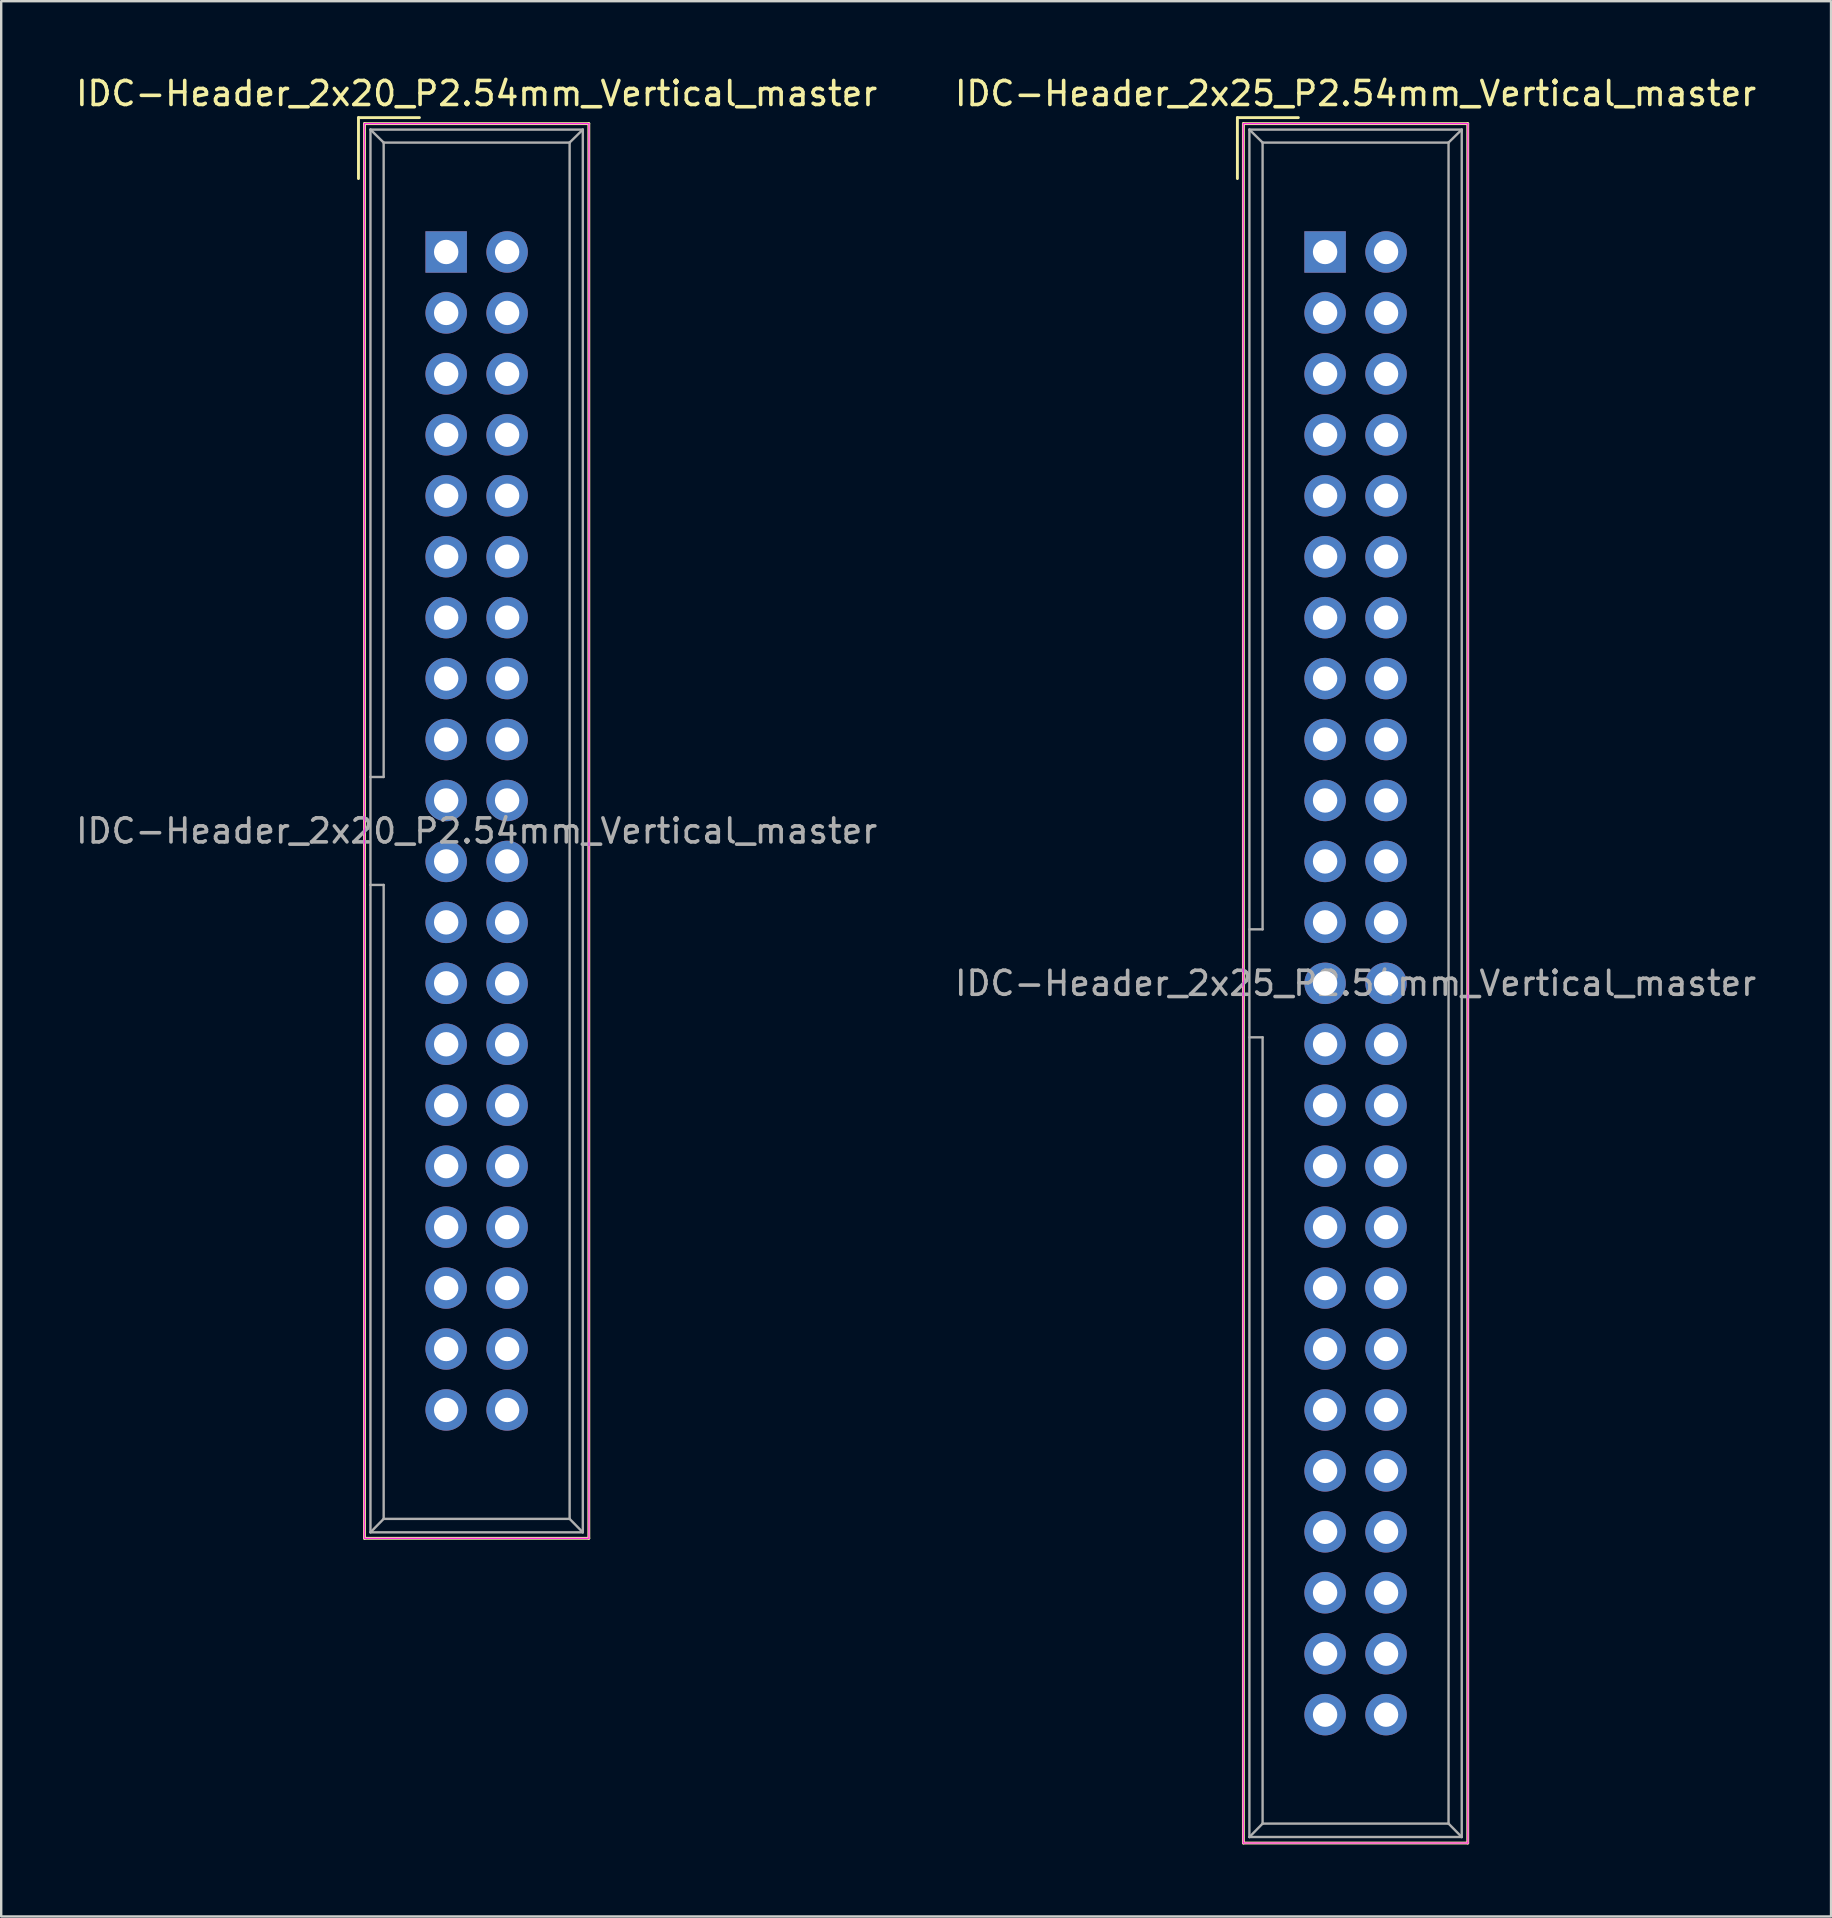
<source format=kicad_pcb>
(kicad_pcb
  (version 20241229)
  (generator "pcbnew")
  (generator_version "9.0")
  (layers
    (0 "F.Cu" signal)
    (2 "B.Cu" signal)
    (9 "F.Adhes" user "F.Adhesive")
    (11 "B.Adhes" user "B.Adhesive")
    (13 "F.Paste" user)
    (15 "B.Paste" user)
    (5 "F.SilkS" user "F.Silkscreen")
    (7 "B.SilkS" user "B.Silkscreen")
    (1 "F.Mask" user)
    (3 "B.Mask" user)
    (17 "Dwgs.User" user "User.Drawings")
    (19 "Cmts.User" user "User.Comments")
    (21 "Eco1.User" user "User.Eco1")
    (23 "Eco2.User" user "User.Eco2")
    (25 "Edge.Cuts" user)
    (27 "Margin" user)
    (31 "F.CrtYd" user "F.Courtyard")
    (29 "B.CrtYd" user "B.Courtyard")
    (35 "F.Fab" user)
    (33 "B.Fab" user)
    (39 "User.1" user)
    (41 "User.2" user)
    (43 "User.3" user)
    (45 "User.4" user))
  (footprint "IDC-Header_2x25_P2.54mm_Vertical_master"
    (layer "F.Cu")
    (at 52.176 7.452)
    (property "Reference" "IDC-Header_2x25_P2.54mm_Vertical_master" (at 1.27 -6.604 0) (layer "F.SilkS") (effects (font (size 1 1) (thickness 0.15))))
    (attr through_hole)
    (fp_line (start -3.655 -5.6) (end -3.655 -3.06) (stroke (width 0.12) (type solid)) (layer "F.SilkS"))
    (fp_line (start -3.655 -5.6) (end -1.115 -5.6) (stroke (width 0.12) (type solid)) (layer "F.SilkS"))
    (fp_line (start -3.405 -5.35) (end 5.945 -5.35) (stroke (width 0.12) (type solid)) (layer "F.SilkS"))
    (fp_line (start -3.405 66.31) (end -3.405 -5.35) (stroke (width 0.12) (type solid)) (layer "F.SilkS"))
    (fp_line (start 5.945 -5.35) (end 5.945 66.31) (stroke (width 0.12) (type solid)) (layer "F.SilkS"))
    (fp_line (start 5.945 66.31) (end -3.405 66.31) (stroke (width 0.12) (type solid)) (layer "F.SilkS"))
    (fp_line (start -3.41 -5.35) (end 5.95 -5.35) (stroke (width 0.05) (type solid)) (layer "F.CrtYd"))
    (fp_line (start -3.41 66.31) (end -3.41 -5.35) (stroke (width 0.05) (type solid)) (layer "F.CrtYd"))
    (fp_line (start 5.95 -5.35) (end 5.95 66.31) (stroke (width 0.05) (type solid)) (layer "F.CrtYd"))
    (fp_line (start 5.95 66.31) (end -3.41 66.31) (stroke (width 0.05) (type solid)) (layer "F.CrtYd"))
    (fp_line (start -3.155 -5.1) (end -3.155 66.06) (stroke (width 0.1) (type solid)) (layer "F.Fab"))
    (fp_line (start -3.155 -5.1) (end -2.605 -4.56) (stroke (width 0.1) (type solid)) (layer "F.Fab"))
    (fp_line (start -3.155 66.06) (end -2.605 65.5) (stroke (width 0.1) (type solid)) (layer "F.Fab"))
    (fp_line (start -2.605 -4.56) (end -2.605 28.23) (stroke (width 0.1) (type solid)) (layer "F.Fab"))
    (fp_line (start -2.605 28.23) (end -3.155 28.23) (stroke (width 0.1) (type solid)) (layer "F.Fab"))
    (fp_line (start -2.605 32.73) (end -3.155 32.73) (stroke (width 0.1) (type solid)) (layer "F.Fab"))
    (fp_line (start -2.605 32.73) (end -2.605 65.5) (stroke (width 0.1) (type solid)) (layer "F.Fab"))
    (fp_line (start 5.145 -4.56) (end -2.605 -4.56) (stroke (width 0.1) (type solid)) (layer "F.Fab"))
    (fp_line (start 5.145 -4.56) (end 5.145 65.5) (stroke (width 0.1) (type solid)) (layer "F.Fab"))
    (fp_line (start 5.145 65.5) (end -2.605 65.5) (stroke (width 0.1) (type solid)) (layer "F.Fab"))
    (fp_line (start 5.695 -5.1) (end -3.155 -5.1) (stroke (width 0.1) (type solid)) (layer "F.Fab"))
    (fp_line (start 5.695 -5.1) (end 5.145 -4.56) (stroke (width 0.1) (type solid)) (layer "F.Fab"))
    (fp_line (start 5.695 -5.1) (end 5.695 66.06) (stroke (width 0.1) (type solid)) (layer "F.Fab"))
    (fp_line (start 5.695 66.06) (end -3.155 66.06) (stroke (width 0.1) (type solid)) (layer "F.Fab"))
    (fp_line (start 5.695 66.06) (end 5.145 65.5) (stroke (width 0.1) (type solid)) (layer "F.Fab"))
    (fp_text user "${REFERENCE}" (at 1.27 30.48 0) (layer "F.Fab") (effects (font (size 1 1) (thickness 0.15))))
    (pad "1" thru_hole rect (at 0 0) (size 1.727 1.727) (drill 1.016) (layers "*.Cu" "*.Mask"))
    (pad "2" thru_hole oval (at 2.54 0) (size 1.727 1.727) (drill 1.016) (layers "*.Cu" "*.Mask"))
    (pad "3" thru_hole oval (at 0 2.54) (size 1.727 1.727) (drill 1.016) (layers "*.Cu" "*.Mask"))
    (pad "4" thru_hole oval (at 2.54 2.54) (size 1.727 1.727) (drill 1.016) (layers "*.Cu" "*.Mask"))
    (pad "5" thru_hole oval (at 0 5.08) (size 1.727 1.727) (drill 1.016) (layers "*.Cu" "*.Mask"))
    (pad "6" thru_hole oval (at 2.54 5.08) (size 1.727 1.727) (drill 1.016) (layers "*.Cu" "*.Mask"))
    (pad "7" thru_hole oval (at 0 7.62) (size 1.727 1.727) (drill 1.016) (layers "*.Cu" "*.Mask"))
    (pad "8" thru_hole oval (at 2.54 7.62) (size 1.727 1.727) (drill 1.016) (layers "*.Cu" "*.Mask"))
    (pad "9" thru_hole oval (at 0 10.16) (size 1.727 1.727) (drill 1.016) (layers "*.Cu" "*.Mask"))
    (pad "10" thru_hole oval (at 2.54 10.16) (size 1.727 1.727) (drill 1.016) (layers "*.Cu" "*.Mask"))
    (pad "11" thru_hole oval (at 0 12.7) (size 1.727 1.727) (drill 1.016) (layers "*.Cu" "*.Mask"))
    (pad "12" thru_hole oval (at 2.54 12.7) (size 1.727 1.727) (drill 1.016) (layers "*.Cu" "*.Mask"))
    (pad "13" thru_hole oval (at 0 15.24) (size 1.727 1.727) (drill 1.016) (layers "*.Cu" "*.Mask"))
    (pad "14" thru_hole oval (at 2.54 15.24) (size 1.727 1.727) (drill 1.016) (layers "*.Cu" "*.Mask"))
    (pad "15" thru_hole oval (at 0 17.78) (size 1.727 1.727) (drill 1.016) (layers "*.Cu" "*.Mask"))
    (pad "16" thru_hole oval (at 2.54 17.78) (size 1.727 1.727) (drill 1.016) (layers "*.Cu" "*.Mask"))
    (pad "17" thru_hole oval (at 0 20.32) (size 1.727 1.727) (drill 1.016) (layers "*.Cu" "*.Mask"))
    (pad "18" thru_hole oval (at 2.54 20.32) (size 1.727 1.727) (drill 1.016) (layers "*.Cu" "*.Mask"))
    (pad "19" thru_hole oval (at 0 22.86) (size 1.727 1.727) (drill 1.016) (layers "*.Cu" "*.Mask"))
    (pad "20" thru_hole oval (at 2.54 22.86) (size 1.727 1.727) (drill 1.016) (layers "*.Cu" "*.Mask"))
    (pad "21" thru_hole oval (at 0 25.4) (size 1.727 1.727) (drill 1.016) (layers "*.Cu" "*.Mask"))
    (pad "22" thru_hole oval (at 2.54 25.4) (size 1.727 1.727) (drill 1.016) (layers "*.Cu" "*.Mask"))
    (pad "23" thru_hole oval (at 0 27.94) (size 1.727 1.727) (drill 1.016) (layers "*.Cu" "*.Mask"))
    (pad "24" thru_hole oval (at 2.54 27.94) (size 1.727 1.727) (drill 1.016) (layers "*.Cu" "*.Mask"))
    (pad "25" thru_hole oval (at 0 30.48) (size 1.727 1.727) (drill 1.016) (layers "*.Cu" "*.Mask"))
    (pad "26" thru_hole oval (at 2.54 30.48) (size 1.727 1.727) (drill 1.016) (layers "*.Cu" "*.Mask"))
    (pad "27" thru_hole oval (at 0 33.02) (size 1.727 1.727) (drill 1.016) (layers "*.Cu" "*.Mask"))
    (pad "28" thru_hole oval (at 2.54 33.02) (size 1.727 1.727) (drill 1.016) (layers "*.Cu" "*.Mask"))
    (pad "29" thru_hole oval (at 0 35.56) (size 1.727 1.727) (drill 1.016) (layers "*.Cu" "*.Mask"))
    (pad "30" thru_hole oval (at 2.54 35.56) (size 1.727 1.727) (drill 1.016) (layers "*.Cu" "*.Mask"))
    (pad "31" thru_hole oval (at 0 38.1) (size 1.727 1.727) (drill 1.016) (layers "*.Cu" "*.Mask"))
    (pad "32" thru_hole oval (at 2.54 38.1) (size 1.727 1.727) (drill 1.016) (layers "*.Cu" "*.Mask"))
    (pad "33" thru_hole oval (at 0 40.64) (size 1.727 1.727) (drill 1.016) (layers "*.Cu" "*.Mask"))
    (pad "34" thru_hole oval (at 2.54 40.64) (size 1.727 1.727) (drill 1.016) (layers "*.Cu" "*.Mask"))
    (pad "35" thru_hole oval (at 0 43.18) (size 1.727 1.727) (drill 1.016) (layers "*.Cu" "*.Mask"))
    (pad "36" thru_hole oval (at 2.54 43.18) (size 1.727 1.727) (drill 1.016) (layers "*.Cu" "*.Mask"))
    (pad "37" thru_hole oval (at 0 45.72) (size 1.727 1.727) (drill 1.016) (layers "*.Cu" "*.Mask"))
    (pad "38" thru_hole oval (at 2.54 45.72) (size 1.727 1.727) (drill 1.016) (layers "*.Cu" "*.Mask"))
    (pad "39" thru_hole oval (at 0 48.26) (size 1.727 1.727) (drill 1.016) (layers "*.Cu" "*.Mask"))
    (pad "40" thru_hole oval (at 2.54 48.26) (size 1.727 1.727) (drill 1.016) (layers "*.Cu" "*.Mask"))
    (pad "41" thru_hole oval (at 0 50.8) (size 1.727 1.727) (drill 1.016) (layers "*.Cu" "*.Mask"))
    (pad "42" thru_hole oval (at 2.54 50.8) (size 1.727 1.727) (drill 1.016) (layers "*.Cu" "*.Mask"))
    (pad "43" thru_hole oval (at 0 53.34) (size 1.727 1.727) (drill 1.016) (layers "*.Cu" "*.Mask"))
    (pad "44" thru_hole oval (at 2.54 53.34) (size 1.727 1.727) (drill 1.016) (layers "*.Cu" "*.Mask"))
    (pad "45" thru_hole oval (at 0 55.88) (size 1.727 1.727) (drill 1.016) (layers "*.Cu" "*.Mask"))
    (pad "46" thru_hole oval (at 2.54 55.88) (size 1.727 1.727) (drill 1.016) (layers "*.Cu" "*.Mask"))
    (pad "47" thru_hole oval (at 0 58.42) (size 1.727 1.727) (drill 1.016) (layers "*.Cu" "*.Mask"))
    (pad "48" thru_hole oval (at 2.54 58.42) (size 1.727 1.727) (drill 1.016) (layers "*.Cu" "*.Mask"))
    (pad "49" thru_hole oval (at 0 60.96) (size 1.727 1.727) (drill 1.016) (layers "*.Cu" "*.Mask"))
    (pad "50" thru_hole oval (at 2.54 60.96) (size 1.727 1.727) (drill 1.016) (layers "*.Cu" "*.Mask")))
  (footprint "IDC-Header_2x20_P2.54mm_Vertical_master"
    (layer "F.Cu")
    (at 15.545 7.452)
    (property "Reference" "IDC-Header_2x20_P2.54mm_Vertical_master" (at 1.27 -6.604 0) (layer "F.SilkS") (effects (font (size 1 1) (thickness 0.15))))
    (attr through_hole)
    (fp_line (start -3.655 -5.6) (end -3.655 -3.06) (stroke (width 0.12) (type solid)) (layer "F.SilkS"))
    (fp_line (start -3.655 -5.6) (end -1.115 -5.6) (stroke (width 0.12) (type solid)) (layer "F.SilkS"))
    (fp_line (start -3.405 -5.35) (end 5.945 -5.35) (stroke (width 0.12) (type solid)) (layer "F.SilkS"))
    (fp_line (start -3.405 53.61) (end -3.405 -5.35) (stroke (width 0.12) (type solid)) (layer "F.SilkS"))
    (fp_line (start 5.945 -5.35) (end 5.945 53.61) (stroke (width 0.12) (type solid)) (layer "F.SilkS"))
    (fp_line (start 5.945 53.61) (end -3.405 53.61) (stroke (width 0.12) (type solid)) (layer "F.SilkS"))
    (fp_line (start -3.41 -5.35) (end 5.95 -5.35) (stroke (width 0.05) (type solid)) (layer "F.CrtYd"))
    (fp_line (start -3.41 53.61) (end -3.41 -5.35) (stroke (width 0.05) (type solid)) (layer "F.CrtYd"))
    (fp_line (start 5.95 -5.35) (end 5.95 53.61) (stroke (width 0.05) (type solid)) (layer "F.CrtYd"))
    (fp_line (start 5.95 53.61) (end -3.41 53.61) (stroke (width 0.05) (type solid)) (layer "F.CrtYd"))
    (fp_line (start -3.155 -5.1) (end -3.155 53.36) (stroke (width 0.1) (type solid)) (layer "F.Fab"))
    (fp_line (start -3.155 -5.1) (end -2.605 -4.56) (stroke (width 0.1) (type solid)) (layer "F.Fab"))
    (fp_line (start -3.155 53.36) (end -2.605 52.8) (stroke (width 0.1) (type solid)) (layer "F.Fab"))
    (fp_line (start -2.605 -4.56) (end -2.605 21.88) (stroke (width 0.1) (type solid)) (layer "F.Fab"))
    (fp_line (start -2.605 21.88) (end -3.155 21.88) (stroke (width 0.1) (type solid)) (layer "F.Fab"))
    (fp_line (start -2.605 26.38) (end -3.155 26.38) (stroke (width 0.1) (type solid)) (layer "F.Fab"))
    (fp_line (start -2.605 26.38) (end -2.605 52.8) (stroke (width 0.1) (type solid)) (layer "F.Fab"))
    (fp_line (start 5.145 -4.56) (end -2.605 -4.56) (stroke (width 0.1) (type solid)) (layer "F.Fab"))
    (fp_line (start 5.145 -4.56) (end 5.145 52.8) (stroke (width 0.1) (type solid)) (layer "F.Fab"))
    (fp_line (start 5.145 52.8) (end -2.605 52.8) (stroke (width 0.1) (type solid)) (layer "F.Fab"))
    (fp_line (start 5.695 -5.1) (end -3.155 -5.1) (stroke (width 0.1) (type solid)) (layer "F.Fab"))
    (fp_line (start 5.695 -5.1) (end 5.145 -4.56) (stroke (width 0.1) (type solid)) (layer "F.Fab"))
    (fp_line (start 5.695 -5.1) (end 5.695 53.36) (stroke (width 0.1) (type solid)) (layer "F.Fab"))
    (fp_line (start 5.695 53.36) (end -3.155 53.36) (stroke (width 0.1) (type solid)) (layer "F.Fab"))
    (fp_line (start 5.695 53.36) (end 5.145 52.8) (stroke (width 0.1) (type solid)) (layer "F.Fab"))
    (fp_text user "${REFERENCE}" (at 1.27 24.13 0) (layer "F.Fab") (effects (font (size 1 1) (thickness 0.15))))
    (pad "1" thru_hole rect (at 0 0) (size 1.727 1.727) (drill 1.016) (layers "*.Cu" "*.Mask"))
    (pad "2" thru_hole oval (at 2.54 0) (size 1.727 1.727) (drill 1.016) (layers "*.Cu" "*.Mask"))
    (pad "3" thru_hole oval (at 0 2.54) (size 1.727 1.727) (drill 1.016) (layers "*.Cu" "*.Mask"))
    (pad "4" thru_hole oval (at 2.54 2.54) (size 1.727 1.727) (drill 1.016) (layers "*.Cu" "*.Mask"))
    (pad "5" thru_hole oval (at 0 5.08) (size 1.727 1.727) (drill 1.016) (layers "*.Cu" "*.Mask"))
    (pad "6" thru_hole oval (at 2.54 5.08) (size 1.727 1.727) (drill 1.016) (layers "*.Cu" "*.Mask"))
    (pad "7" thru_hole oval (at 0 7.62) (size 1.727 1.727) (drill 1.016) (layers "*.Cu" "*.Mask"))
    (pad "8" thru_hole oval (at 2.54 7.62) (size 1.727 1.727) (drill 1.016) (layers "*.Cu" "*.Mask"))
    (pad "9" thru_hole oval (at 0 10.16) (size 1.727 1.727) (drill 1.016) (layers "*.Cu" "*.Mask"))
    (pad "10" thru_hole oval (at 2.54 10.16) (size 1.727 1.727) (drill 1.016) (layers "*.Cu" "*.Mask"))
    (pad "11" thru_hole oval (at 0 12.7) (size 1.727 1.727) (drill 1.016) (layers "*.Cu" "*.Mask"))
    (pad "12" thru_hole oval (at 2.54 12.7) (size 1.727 1.727) (drill 1.016) (layers "*.Cu" "*.Mask"))
    (pad "13" thru_hole oval (at 0 15.24) (size 1.727 1.727) (drill 1.016) (layers "*.Cu" "*.Mask"))
    (pad "14" thru_hole oval (at 2.54 15.24) (size 1.727 1.727) (drill 1.016) (layers "*.Cu" "*.Mask"))
    (pad "15" thru_hole oval (at 0 17.78) (size 1.727 1.727) (drill 1.016) (layers "*.Cu" "*.Mask"))
    (pad "16" thru_hole oval (at 2.54 17.78) (size 1.727 1.727) (drill 1.016) (layers "*.Cu" "*.Mask"))
    (pad "17" thru_hole oval (at 0 20.32) (size 1.727 1.727) (drill 1.016) (layers "*.Cu" "*.Mask"))
    (pad "18" thru_hole oval (at 2.54 20.32) (size 1.727 1.727) (drill 1.016) (layers "*.Cu" "*.Mask"))
    (pad "19" thru_hole oval (at 0 22.86) (size 1.727 1.727) (drill 1.016) (layers "*.Cu" "*.Mask"))
    (pad "20" thru_hole oval (at 2.54 22.86) (size 1.727 1.727) (drill 1.016) (layers "*.Cu" "*.Mask"))
    (pad "21" thru_hole oval (at 0 25.4) (size 1.727 1.727) (drill 1.016) (layers "*.Cu" "*.Mask"))
    (pad "22" thru_hole oval (at 2.54 25.4) (size 1.727 1.727) (drill 1.016) (layers "*.Cu" "*.Mask"))
    (pad "23" thru_hole oval (at 0 27.94) (size 1.727 1.727) (drill 1.016) (layers "*.Cu" "*.Mask"))
    (pad "24" thru_hole oval (at 2.54 27.94) (size 1.727 1.727) (drill 1.016) (layers "*.Cu" "*.Mask"))
    (pad "25" thru_hole oval (at 0 30.48) (size 1.727 1.727) (drill 1.016) (layers "*.Cu" "*.Mask"))
    (pad "26" thru_hole oval (at 2.54 30.48) (size 1.727 1.727) (drill 1.016) (layers "*.Cu" "*.Mask"))
    (pad "27" thru_hole oval (at 0 33.02) (size 1.727 1.727) (drill 1.016) (layers "*.Cu" "*.Mask"))
    (pad "28" thru_hole oval (at 2.54 33.02) (size 1.727 1.727) (drill 1.016) (layers "*.Cu" "*.Mask"))
    (pad "29" thru_hole oval (at 0 35.56) (size 1.727 1.727) (drill 1.016) (layers "*.Cu" "*.Mask"))
    (pad "30" thru_hole oval (at 2.54 35.56) (size 1.727 1.727) (drill 1.016) (layers "*.Cu" "*.Mask"))
    (pad "31" thru_hole oval (at 0 38.1) (size 1.727 1.727) (drill 1.016) (layers "*.Cu" "*.Mask"))
    (pad "32" thru_hole oval (at 2.54 38.1) (size 1.727 1.727) (drill 1.016) (layers "*.Cu" "*.Mask"))
    (pad "33" thru_hole oval (at 0 40.64) (size 1.727 1.727) (drill 1.016) (layers "*.Cu" "*.Mask"))
    (pad "34" thru_hole oval (at 2.54 40.64) (size 1.727 1.727) (drill 1.016) (layers "*.Cu" "*.Mask"))
    (pad "35" thru_hole oval (at 0 43.18) (size 1.727 1.727) (drill 1.016) (layers "*.Cu" "*.Mask"))
    (pad "36" thru_hole oval (at 2.54 43.18) (size 1.727 1.727) (drill 1.016) (layers "*.Cu" "*.Mask"))
    (pad "37" thru_hole oval (at 0 45.72) (size 1.727 1.727) (drill 1.016) (layers "*.Cu" "*.Mask"))
    (pad "38" thru_hole oval (at 2.54 45.72) (size 1.727 1.727) (drill 1.016) (layers "*.Cu" "*.Mask"))
    (pad "39" thru_hole oval (at 0 48.26) (size 1.727 1.727) (drill 1.016) (layers "*.Cu" "*.Mask"))
    (pad "40" thru_hole oval (at 2.54 48.26) (size 1.727 1.727) (drill 1.016) (layers "*.Cu" "*.Mask")))
  (gr_rect
    (start -3 -3)
    (end 73.262 76.822)
    (stroke (width 0.1) (type default))
    (fill no)
    (layer "Edge.Cuts")))
</source>
